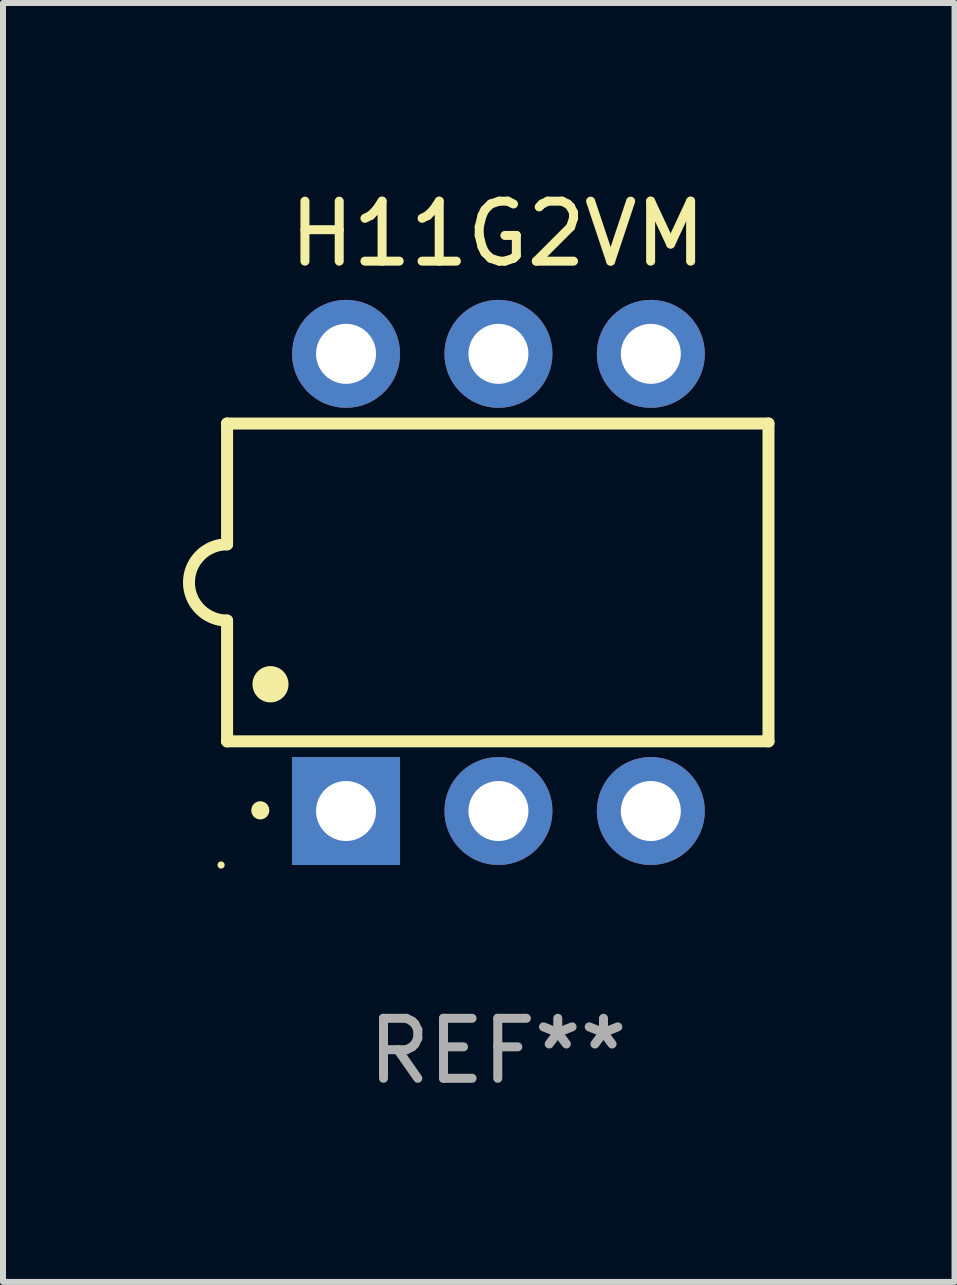
<source format=kicad_pcb>
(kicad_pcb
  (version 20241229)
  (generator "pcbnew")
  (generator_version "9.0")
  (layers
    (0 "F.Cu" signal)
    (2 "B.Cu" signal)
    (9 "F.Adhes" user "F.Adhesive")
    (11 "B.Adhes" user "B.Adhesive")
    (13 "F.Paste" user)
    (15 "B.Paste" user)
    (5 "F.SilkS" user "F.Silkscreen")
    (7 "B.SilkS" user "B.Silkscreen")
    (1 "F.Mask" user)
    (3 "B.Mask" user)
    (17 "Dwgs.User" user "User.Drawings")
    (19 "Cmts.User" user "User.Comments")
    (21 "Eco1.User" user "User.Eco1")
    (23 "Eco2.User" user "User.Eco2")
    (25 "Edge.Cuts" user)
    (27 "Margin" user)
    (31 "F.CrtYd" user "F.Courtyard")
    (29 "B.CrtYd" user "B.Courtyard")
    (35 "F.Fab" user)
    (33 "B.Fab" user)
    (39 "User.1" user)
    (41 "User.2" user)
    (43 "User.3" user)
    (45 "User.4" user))
  (footprint "H11G2VM"
    (layer "F.Cu")
    (at 5.247 6.658)
    (property "Reference" "H11G2VM" (at 0 -5.81 0) (layer "F.SilkS") (effects (font (size 1 1) (thickness 0.15))))
    (attr through_hole)
    (fp_line (start -4.512 -2.649) (end 4.512 -2.649) (stroke (width 0.2) (type solid)) (layer "F.SilkS"))
    (fp_line (start -4.512 -0.635) (end -4.512 -2.649) (stroke (width 0.2) (type solid)) (layer "F.SilkS"))
    (fp_line (start -4.512 2.649) (end -4.512 0.635) (stroke (width 0.2) (type solid)) (layer "F.SilkS"))
    (fp_line (start 4.512 -2.649) (end 4.512 2.649) (stroke (width 0.2) (type solid)) (layer "F.SilkS"))
    (fp_line (start 4.512 2.649) (end -4.512 2.649) (stroke (width 0.2) (type solid)) (layer "F.SilkS"))
    (fp_arc (start -4.512319 0.635001) (mid -5.14732 0) (end -4.512319 -0.635001) (stroke (width 0.2) (type solid)) (layer "F.SilkS"))
    (fp_arc (start -3.958598 3.799848) (mid -3.958603 3.798578) (end -3.958598 3.797308) (stroke (width 0.3) (type solid)) (layer "F.SilkS"))
    (fp_arc (start -3.788418 1.699263) (mid -3.788429 1.696723) (end -3.788418 1.694183) (stroke (width 0.6) (type solid)) (layer "F.SilkS"))
    (fp_circle (center -4.612 4.71) (end -4.582 4.71) (stroke (width 0.06) (type solid)) (fill no) (layer "F.SilkS"))
    (fp_text user "REF**" (at 0 7.81 0) (layer "F.Fab") (effects (font (size 1 1) (thickness 0.15))))
    (pad "1" thru_hole rect (at -2.529 3.81 90) (size 1.8 1.8) (drill 1) (layers "*.Cu" "*.Mask"))
    (pad "2" thru_hole circle (at 0.011 3.81) (size 1.8 1.8) (drill 1) (layers "*.Cu" "*.Mask"))
    (pad "3" thru_hole circle (at 2.551 3.81) (size 1.8 1.8) (drill 1) (layers "*.Cu" "*.Mask"))
    (pad "4" thru_hole circle (at 2.551 -3.81) (size 1.8 1.8) (drill 1) (layers "*.Cu" "*.Mask"))
    (pad "5" thru_hole circle (at 0.011 -3.81) (size 1.8 1.8) (drill 1) (layers "*.Cu" "*.Mask"))
    (pad "6" thru_hole circle (at -2.529 -3.81) (size 1.8 1.8) (drill 1) (layers "*.Cu" "*.Mask")))
  (gr_rect
    (start -3 -3)
    (end 12.86 18.317)
    (stroke (width 0.1) (type default))
    (fill no)
    (layer "Edge.Cuts")))
</source>
